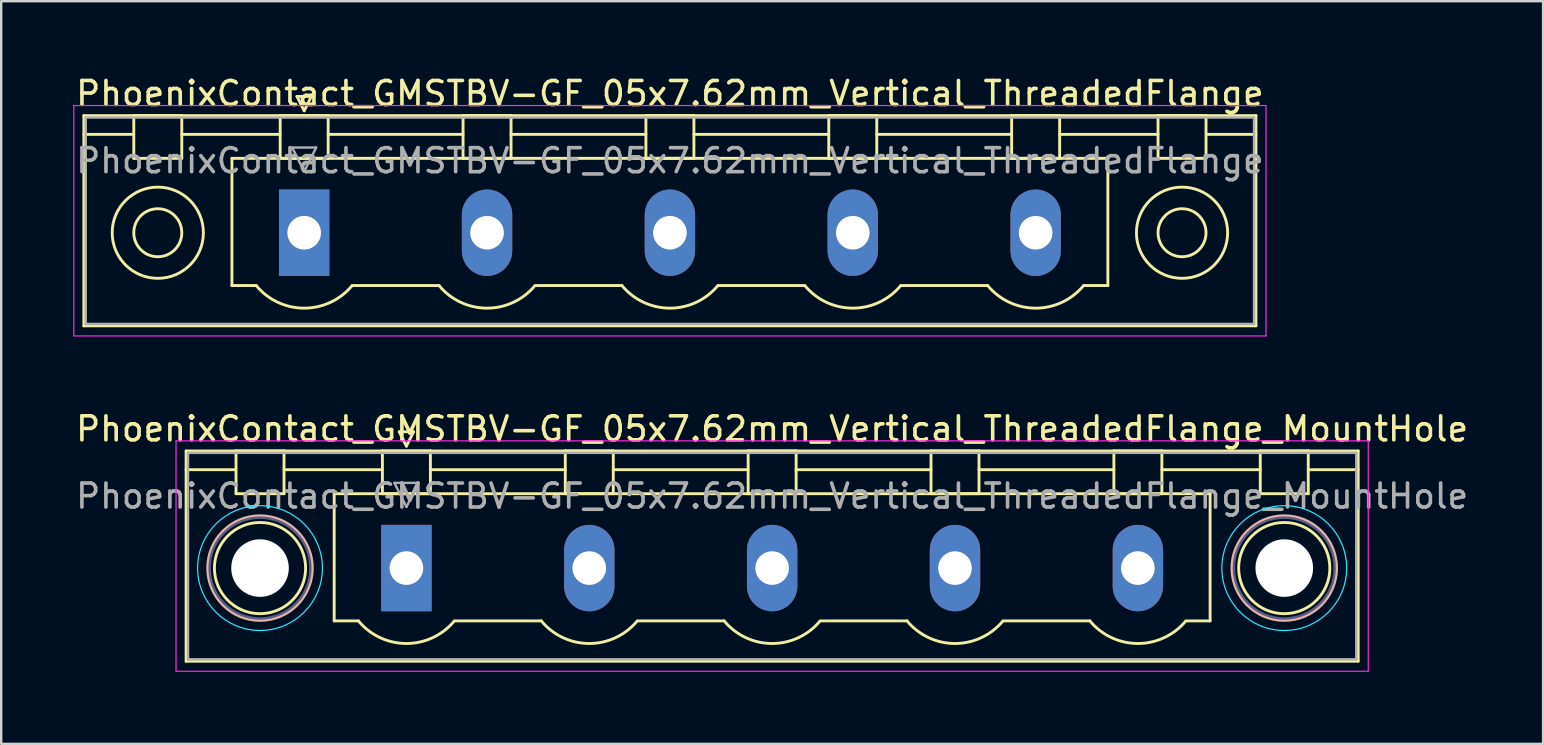
<source format=kicad_pcb>
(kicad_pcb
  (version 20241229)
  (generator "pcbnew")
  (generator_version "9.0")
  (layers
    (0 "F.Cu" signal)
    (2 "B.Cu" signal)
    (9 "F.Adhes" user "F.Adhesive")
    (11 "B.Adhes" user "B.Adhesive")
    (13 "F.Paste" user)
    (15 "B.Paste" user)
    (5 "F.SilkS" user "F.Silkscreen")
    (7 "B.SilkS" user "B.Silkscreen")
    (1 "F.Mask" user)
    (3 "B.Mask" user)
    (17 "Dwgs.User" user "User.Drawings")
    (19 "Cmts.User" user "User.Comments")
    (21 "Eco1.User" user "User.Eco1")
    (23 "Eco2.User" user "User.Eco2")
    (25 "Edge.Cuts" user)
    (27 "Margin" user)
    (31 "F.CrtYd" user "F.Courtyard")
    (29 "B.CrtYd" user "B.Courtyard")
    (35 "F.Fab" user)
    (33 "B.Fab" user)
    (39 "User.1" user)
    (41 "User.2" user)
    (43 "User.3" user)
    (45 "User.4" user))
  (footprint "PhoenixContact_GMSTBV-GF_05x7.62mm_Vertical_ThreadedFlange_MountHole"
    (layer "F.Cu")
    (at 13.885 20.622)
    (property "Reference" "PhoenixContact_GMSTBV-GF_05x7.62mm_Vertical_ThreadedFlange_MountHole" (at 15.24 -5.8 0) (layer "F.SilkS") (effects (font (size 1 1) (thickness 0.15))))
    (attr through_hole)
    (fp_line (start -9.18 -4.88) (end -9.18 3.88) (stroke (width 0.12) (type solid)) (layer "F.SilkS"))
    (fp_line (start -9.18 -4.1) (end -7.18 -4.1) (stroke (width 0.12) (type solid)) (layer "F.SilkS"))
    (fp_line (start -9.18 3.88) (end 39.66 3.88) (stroke (width 0.12) (type solid)) (layer "F.SilkS"))
    (fp_line (start -7.1 -4.88) (end -5.1 -4.88) (stroke (width 0.12) (type solid)) (layer "F.SilkS"))
    (fp_line (start -7.1 -3.1) (end -7.1 -4.88) (stroke (width 0.12) (type solid)) (layer "F.SilkS"))
    (fp_line (start -5.1 -4.88) (end -5.1 -3.1) (stroke (width 0.12) (type solid)) (layer "F.SilkS"))
    (fp_line (start -5.1 -4.1) (end -1 -4.1) (stroke (width 0.12) (type solid)) (layer "F.SilkS"))
    (fp_line (start -5.1 -3.1) (end -7.1 -3.1) (stroke (width 0.12) (type solid)) (layer "F.SilkS"))
    (fp_line (start -3.01 -3.1) (end 33.49 -3.1) (stroke (width 0.12) (type solid)) (layer "F.SilkS"))
    (fp_line (start -3.01 2.2) (end -3.01 -3.1) (stroke (width 0.12) (type solid)) (layer "F.SilkS"))
    (fp_line (start -2 2.2) (end -3.01 2.2) (stroke (width 0.12) (type solid)) (layer "F.SilkS"))
    (fp_line (start -1 -4.88) (end 1 -4.88) (stroke (width 0.12) (type solid)) (layer "F.SilkS"))
    (fp_line (start -1 -3.1) (end -1 -4.88) (stroke (width 0.12) (type solid)) (layer "F.SilkS"))
    (fp_line (start -0.3 -5.68) (end 0.3 -5.68) (stroke (width 0.12) (type solid)) (layer "F.SilkS"))
    (fp_line (start 0 -5.08) (end -0.3 -5.68) (stroke (width 0.12) (type solid)) (layer "F.SilkS"))
    (fp_line (start 0.3 -5.68) (end 0 -5.08) (stroke (width 0.12) (type solid)) (layer "F.SilkS"))
    (fp_line (start 1 -4.88) (end 1 -3.1) (stroke (width 0.12) (type solid)) (layer "F.SilkS"))
    (fp_line (start 1 -4.1) (end 6.62 -4.1) (stroke (width 0.12) (type solid)) (layer "F.SilkS"))
    (fp_line (start 1 -3.1) (end -1 -3.1) (stroke (width 0.12) (type solid)) (layer "F.SilkS"))
    (fp_line (start 2 2.2) (end 5.62 2.2) (stroke (width 0.12) (type solid)) (layer "F.SilkS"))
    (fp_line (start 6.62 -4.88) (end 8.62 -4.88) (stroke (width 0.12) (type solid)) (layer "F.SilkS"))
    (fp_line (start 6.62 -3.1) (end 6.62 -4.88) (stroke (width 0.12) (type solid)) (layer "F.SilkS"))
    (fp_line (start 8.62 -4.88) (end 8.62 -3.1) (stroke (width 0.12) (type solid)) (layer "F.SilkS"))
    (fp_line (start 8.62 -4.1) (end 14.24 -4.1) (stroke (width 0.12) (type solid)) (layer "F.SilkS"))
    (fp_line (start 8.62 -3.1) (end 6.62 -3.1) (stroke (width 0.12) (type solid)) (layer "F.SilkS"))
    (fp_line (start 9.62 2.2) (end 13.24 2.2) (stroke (width 0.12) (type solid)) (layer "F.SilkS"))
    (fp_line (start 14.24 -4.88) (end 16.24 -4.88) (stroke (width 0.12) (type solid)) (layer "F.SilkS"))
    (fp_line (start 14.24 -3.1) (end 14.24 -4.88) (stroke (width 0.12) (type solid)) (layer "F.SilkS"))
    (fp_line (start 16.24 -4.88) (end 16.24 -3.1) (stroke (width 0.12) (type solid)) (layer "F.SilkS"))
    (fp_line (start 16.24 -4.1) (end 21.86 -4.1) (stroke (width 0.12) (type solid)) (layer "F.SilkS"))
    (fp_line (start 16.24 -3.1) (end 14.24 -3.1) (stroke (width 0.12) (type solid)) (layer "F.SilkS"))
    (fp_line (start 17.24 2.2) (end 20.86 2.2) (stroke (width 0.12) (type solid)) (layer "F.SilkS"))
    (fp_line (start 21.86 -4.88) (end 23.86 -4.88) (stroke (width 0.12) (type solid)) (layer "F.SilkS"))
    (fp_line (start 21.86 -3.1) (end 21.86 -4.88) (stroke (width 0.12) (type solid)) (layer "F.SilkS"))
    (fp_line (start 23.86 -4.88) (end 23.86 -3.1) (stroke (width 0.12) (type solid)) (layer "F.SilkS"))
    (fp_line (start 23.86 -4.1) (end 29.48 -4.1) (stroke (width 0.12) (type solid)) (layer "F.SilkS"))
    (fp_line (start 23.86 -3.1) (end 21.86 -3.1) (stroke (width 0.12) (type solid)) (layer "F.SilkS"))
    (fp_line (start 24.86 2.2) (end 28.48 2.2) (stroke (width 0.12) (type solid)) (layer "F.SilkS"))
    (fp_line (start 29.48 -4.88) (end 31.48 -4.88) (stroke (width 0.12) (type solid)) (layer "F.SilkS"))
    (fp_line (start 29.48 -3.1) (end 29.48 -4.88) (stroke (width 0.12) (type solid)) (layer "F.SilkS"))
    (fp_line (start 31.48 -4.88) (end 31.48 -3.1) (stroke (width 0.12) (type solid)) (layer "F.SilkS"))
    (fp_line (start 31.48 -4.1) (end 35.58 -4.1) (stroke (width 0.12) (type solid)) (layer "F.SilkS"))
    (fp_line (start 31.48 -3.1) (end 29.48 -3.1) (stroke (width 0.12) (type solid)) (layer "F.SilkS"))
    (fp_line (start 33.49 -3.1) (end 33.49 2.2) (stroke (width 0.12) (type solid)) (layer "F.SilkS"))
    (fp_line (start 33.49 2.2) (end 32.48 2.2) (stroke (width 0.12) (type solid)) (layer "F.SilkS"))
    (fp_line (start 35.58 -4.88) (end 37.58 -4.88) (stroke (width 0.12) (type solid)) (layer "F.SilkS"))
    (fp_line (start 35.58 -3.1) (end 35.58 -4.88) (stroke (width 0.12) (type solid)) (layer "F.SilkS"))
    (fp_line (start 37.58 -4.88) (end 37.58 -3.1) (stroke (width 0.12) (type solid)) (layer "F.SilkS"))
    (fp_line (start 37.58 -3.1) (end 35.58 -3.1) (stroke (width 0.12) (type solid)) (layer "F.SilkS"))
    (fp_line (start 39.66 -4.88) (end -9.18 -4.88) (stroke (width 0.12) (type solid)) (layer "F.SilkS"))
    (fp_line (start 39.66 -4.1) (end 37.66 -4.1) (stroke (width 0.12) (type solid)) (layer "F.SilkS"))
    (fp_line (start 39.66 3.88) (end 39.66 -4.88) (stroke (width 0.12) (type solid)) (layer "F.SilkS"))
    (fp_arc (start 1.986842 2.215821) (mid -0.010289 3.142758) (end -2 2.2) (stroke (width 0.12) (type solid)) (layer "F.SilkS"))
    (fp_arc (start 9.606842 2.215821) (mid 7.609711 3.142758) (end 5.62 2.2) (stroke (width 0.12) (type solid)) (layer "F.SilkS"))
    (fp_arc (start 17.226842 2.215821) (mid 15.229711 3.142758) (end 13.24 2.2) (stroke (width 0.12) (type solid)) (layer "F.SilkS"))
    (fp_arc (start 24.846842 2.215821) (mid 22.849711 3.142758) (end 20.86 2.2) (stroke (width 0.12) (type solid)) (layer "F.SilkS"))
    (fp_arc (start 32.466842 2.215821) (mid 30.469711 3.142758) (end 28.48 2.2) (stroke (width 0.12) (type solid)) (layer "F.SilkS"))
    (fp_circle (center -6.1 0) (end -4.2 0) (stroke (width 0.12) (type solid)) (fill no) (layer "F.SilkS"))
    (fp_circle (center 36.58 0) (end 38.48 0) (stroke (width 0.12) (type solid)) (fill no) (layer "F.SilkS"))
    (fp_circle (center -6.1 0) (end -3.92 0) (stroke (width 0.12) (type solid)) (fill no) (layer "B.SilkS"))
    (fp_circle (center 36.58 0) (end 38.76 0) (stroke (width 0.12) (type solid)) (fill no) (layer "B.SilkS"))
    (fp_circle (center -6.1 0) (end -3.5 0) (stroke (width 0.05) (type solid)) (fill no) (layer "B.CrtYd"))
    (fp_circle (center 36.58 0) (end 39.18 0) (stroke (width 0.05) (type solid)) (fill no) (layer "B.CrtYd"))
    (fp_line (start -9.6 -5.3) (end -9.6 4.3) (stroke (width 0.05) (type solid)) (layer "F.CrtYd"))
    (fp_line (start -9.6 4.3) (end 40.08 4.3) (stroke (width 0.05) (type solid)) (layer "F.CrtYd"))
    (fp_line (start 40.08 -5.3) (end -9.6 -5.3) (stroke (width 0.05) (type solid)) (layer "F.CrtYd"))
    (fp_line (start 40.08 4.3) (end 40.08 -5.3) (stroke (width 0.05) (type solid)) (layer "F.CrtYd"))
    (fp_circle (center -6.1 0) (end -4 0) (stroke (width 0.1) (type solid)) (fill no) (layer "B.Fab"))
    (fp_circle (center 36.58 0) (end 38.68 0) (stroke (width 0.1) (type solid)) (fill no) (layer "B.Fab"))
    (fp_line (start -9.1 -4.8) (end -9.1 3.8) (stroke (width 0.1) (type solid)) (layer "F.Fab"))
    (fp_line (start -9.1 3.8) (end 39.58 3.8) (stroke (width 0.1) (type solid)) (layer "F.Fab"))
    (fp_line (start -0.5 -3.55) (end 0.5 -3.55) (stroke (width 0.1) (type solid)) (layer "F.Fab"))
    (fp_line (start 0 -2.55) (end -0.5 -3.55) (stroke (width 0.1) (type solid)) (layer "F.Fab"))
    (fp_line (start 0.5 -3.55) (end 0 -2.55) (stroke (width 0.1) (type solid)) (layer "F.Fab"))
    (fp_line (start 39.58 -4.8) (end -9.1 -4.8) (stroke (width 0.1) (type solid)) (layer "F.Fab"))
    (fp_line (start 39.58 3.8) (end 39.58 -4.8) (stroke (width 0.1) (type solid)) (layer "F.Fab"))
    (fp_text user "${REFERENCE}" (at 15.24 -3 0) (layer "F.Fab") (effects (font (size 1 1) (thickness 0.15))))
    (pad "" np_thru_hole circle (at -6.1 0) (size 2.4 2.4) (drill 2.4) (layers "*.Cu" "*.Mask"))
    (pad "" np_thru_hole circle (at 36.58 0) (size 2.4 2.4) (drill 2.4) (layers "*.Cu" "*.Mask"))
    (pad "1" thru_hole rect (at 0 0) (size 2.1 3.6) (drill 1.4) (layers "*.Cu" "*.Mask"))
    (pad "2" thru_hole oval (at 7.62 0) (size 2.1 3.6) (drill 1.4) (layers "*.Cu" "*.Mask"))
    (pad "3" thru_hole oval (at 15.24 0) (size 2.1 3.6) (drill 1.4) (layers "*.Cu" "*.Mask"))
    (pad "4" thru_hole oval (at 22.86 0) (size 2.1 3.6) (drill 1.4) (layers "*.Cu" "*.Mask"))
    (pad "5" thru_hole oval (at 30.48 0) (size 2.1 3.6) (drill 1.4) (layers "*.Cu" "*.Mask")))
  (footprint "PhoenixContact_GMSTBV-GF_05x7.62mm_Vertical_ThreadedFlange"
    (layer "F.Cu")
    (at 9.625 6.648)
    (property "Reference" "PhoenixContact_GMSTBV-GF_05x7.62mm_Vertical_ThreadedFlange" (at 15.24 -5.8 0) (layer "F.SilkS") (effects (font (size 1 1) (thickness 0.15))))
    (attr through_hole)
    (fp_line (start -9.18 -4.88) (end -9.18 3.88) (stroke (width 0.12) (type solid)) (layer "F.SilkS"))
    (fp_line (start -9.18 -4.1) (end -7.18 -4.1) (stroke (width 0.12) (type solid)) (layer "F.SilkS"))
    (fp_line (start -9.18 3.88) (end 39.66 3.88) (stroke (width 0.12) (type solid)) (layer "F.SilkS"))
    (fp_line (start -7.1 -4.88) (end -5.1 -4.88) (stroke (width 0.12) (type solid)) (layer "F.SilkS"))
    (fp_line (start -7.1 -3.1) (end -7.1 -4.88) (stroke (width 0.12) (type solid)) (layer "F.SilkS"))
    (fp_line (start -5.1 -4.88) (end -5.1 -3.1) (stroke (width 0.12) (type solid)) (layer "F.SilkS"))
    (fp_line (start -5.1 -4.1) (end -1 -4.1) (stroke (width 0.12) (type solid)) (layer "F.SilkS"))
    (fp_line (start -5.1 -3.1) (end -7.1 -3.1) (stroke (width 0.12) (type solid)) (layer "F.SilkS"))
    (fp_line (start -3.01 -3.1) (end 33.49 -3.1) (stroke (width 0.12) (type solid)) (layer "F.SilkS"))
    (fp_line (start -3.01 2.2) (end -3.01 -3.1) (stroke (width 0.12) (type solid)) (layer "F.SilkS"))
    (fp_line (start -2 2.2) (end -3.01 2.2) (stroke (width 0.12) (type solid)) (layer "F.SilkS"))
    (fp_line (start -1 -4.88) (end 1 -4.88) (stroke (width 0.12) (type solid)) (layer "F.SilkS"))
    (fp_line (start -1 -3.1) (end -1 -4.88) (stroke (width 0.12) (type solid)) (layer "F.SilkS"))
    (fp_line (start -0.3 -5.68) (end 0.3 -5.68) (stroke (width 0.12) (type solid)) (layer "F.SilkS"))
    (fp_line (start 0 -5.08) (end -0.3 -5.68) (stroke (width 0.12) (type solid)) (layer "F.SilkS"))
    (fp_line (start 0.3 -5.68) (end 0 -5.08) (stroke (width 0.12) (type solid)) (layer "F.SilkS"))
    (fp_line (start 1 -4.88) (end 1 -3.1) (stroke (width 0.12) (type solid)) (layer "F.SilkS"))
    (fp_line (start 1 -4.1) (end 6.62 -4.1) (stroke (width 0.12) (type solid)) (layer "F.SilkS"))
    (fp_line (start 1 -3.1) (end -1 -3.1) (stroke (width 0.12) (type solid)) (layer "F.SilkS"))
    (fp_line (start 2 2.2) (end 5.62 2.2) (stroke (width 0.12) (type solid)) (layer "F.SilkS"))
    (fp_line (start 6.62 -4.88) (end 8.62 -4.88) (stroke (width 0.12) (type solid)) (layer "F.SilkS"))
    (fp_line (start 6.62 -3.1) (end 6.62 -4.88) (stroke (width 0.12) (type solid)) (layer "F.SilkS"))
    (fp_line (start 8.62 -4.88) (end 8.62 -3.1) (stroke (width 0.12) (type solid)) (layer "F.SilkS"))
    (fp_line (start 8.62 -4.1) (end 14.24 -4.1) (stroke (width 0.12) (type solid)) (layer "F.SilkS"))
    (fp_line (start 8.62 -3.1) (end 6.62 -3.1) (stroke (width 0.12) (type solid)) (layer "F.SilkS"))
    (fp_line (start 9.62 2.2) (end 13.24 2.2) (stroke (width 0.12) (type solid)) (layer "F.SilkS"))
    (fp_line (start 14.24 -4.88) (end 16.24 -4.88) (stroke (width 0.12) (type solid)) (layer "F.SilkS"))
    (fp_line (start 14.24 -3.1) (end 14.24 -4.88) (stroke (width 0.12) (type solid)) (layer "F.SilkS"))
    (fp_line (start 16.24 -4.88) (end 16.24 -3.1) (stroke (width 0.12) (type solid)) (layer "F.SilkS"))
    (fp_line (start 16.24 -4.1) (end 21.86 -4.1) (stroke (width 0.12) (type solid)) (layer "F.SilkS"))
    (fp_line (start 16.24 -3.1) (end 14.24 -3.1) (stroke (width 0.12) (type solid)) (layer "F.SilkS"))
    (fp_line (start 17.24 2.2) (end 20.86 2.2) (stroke (width 0.12) (type solid)) (layer "F.SilkS"))
    (fp_line (start 21.86 -4.88) (end 23.86 -4.88) (stroke (width 0.12) (type solid)) (layer "F.SilkS"))
    (fp_line (start 21.86 -3.1) (end 21.86 -4.88) (stroke (width 0.12) (type solid)) (layer "F.SilkS"))
    (fp_line (start 23.86 -4.88) (end 23.86 -3.1) (stroke (width 0.12) (type solid)) (layer "F.SilkS"))
    (fp_line (start 23.86 -4.1) (end 29.48 -4.1) (stroke (width 0.12) (type solid)) (layer "F.SilkS"))
    (fp_line (start 23.86 -3.1) (end 21.86 -3.1) (stroke (width 0.12) (type solid)) (layer "F.SilkS"))
    (fp_line (start 24.86 2.2) (end 28.48 2.2) (stroke (width 0.12) (type solid)) (layer "F.SilkS"))
    (fp_line (start 29.48 -4.88) (end 31.48 -4.88) (stroke (width 0.12) (type solid)) (layer "F.SilkS"))
    (fp_line (start 29.48 -3.1) (end 29.48 -4.88) (stroke (width 0.12) (type solid)) (layer "F.SilkS"))
    (fp_line (start 31.48 -4.88) (end 31.48 -3.1) (stroke (width 0.12) (type solid)) (layer "F.SilkS"))
    (fp_line (start 31.48 -4.1) (end 35.58 -4.1) (stroke (width 0.12) (type solid)) (layer "F.SilkS"))
    (fp_line (start 31.48 -3.1) (end 29.48 -3.1) (stroke (width 0.12) (type solid)) (layer "F.SilkS"))
    (fp_line (start 33.49 -3.1) (end 33.49 2.2) (stroke (width 0.12) (type solid)) (layer "F.SilkS"))
    (fp_line (start 33.49 2.2) (end 32.48 2.2) (stroke (width 0.12) (type solid)) (layer "F.SilkS"))
    (fp_line (start 35.58 -4.88) (end 37.58 -4.88) (stroke (width 0.12) (type solid)) (layer "F.SilkS"))
    (fp_line (start 35.58 -3.1) (end 35.58 -4.88) (stroke (width 0.12) (type solid)) (layer "F.SilkS"))
    (fp_line (start 37.58 -4.88) (end 37.58 -3.1) (stroke (width 0.12) (type solid)) (layer "F.SilkS"))
    (fp_line (start 37.58 -3.1) (end 35.58 -3.1) (stroke (width 0.12) (type solid)) (layer "F.SilkS"))
    (fp_line (start 39.66 -4.88) (end -9.18 -4.88) (stroke (width 0.12) (type solid)) (layer "F.SilkS"))
    (fp_line (start 39.66 -4.1) (end 37.66 -4.1) (stroke (width 0.12) (type solid)) (layer "F.SilkS"))
    (fp_line (start 39.66 3.88) (end 39.66 -4.88) (stroke (width 0.12) (type solid)) (layer "F.SilkS"))
    (fp_arc (start 1.986842 2.215821) (mid -0.010289 3.142758) (end -2 2.2) (stroke (width 0.12) (type solid)) (layer "F.SilkS"))
    (fp_arc (start 9.606842 2.215821) (mid 7.609711 3.142758) (end 5.62 2.2) (stroke (width 0.12) (type solid)) (layer "F.SilkS"))
    (fp_arc (start 17.226842 2.215821) (mid 15.229711 3.142758) (end 13.24 2.2) (stroke (width 0.12) (type solid)) (layer "F.SilkS"))
    (fp_arc (start 24.846842 2.215821) (mid 22.849711 3.142758) (end 20.86 2.2) (stroke (width 0.12) (type solid)) (layer "F.SilkS"))
    (fp_arc (start 32.466842 2.215821) (mid 30.469711 3.142758) (end 28.48 2.2) (stroke (width 0.12) (type solid)) (layer "F.SilkS"))
    (fp_circle (center -6.1 0) (end -5.1 0) (stroke (width 0.12) (type solid)) (fill no) (layer "F.SilkS"))
    (fp_circle (center -6.1 0) (end -4.2 0) (stroke (width 0.12) (type solid)) (fill no) (layer "F.SilkS"))
    (fp_circle (center 36.58 0) (end 37.58 0) (stroke (width 0.12) (type solid)) (fill no) (layer "F.SilkS"))
    (fp_circle (center 36.58 0) (end 38.48 0) (stroke (width 0.12) (type solid)) (fill no) (layer "F.SilkS"))
    (fp_line (start -9.6 -5.3) (end -9.6 4.3) (stroke (width 0.05) (type solid)) (layer "F.CrtYd"))
    (fp_line (start -9.6 4.3) (end 40.08 4.3) (stroke (width 0.05) (type solid)) (layer "F.CrtYd"))
    (fp_line (start 40.08 -5.3) (end -9.6 -5.3) (stroke (width 0.05) (type solid)) (layer "F.CrtYd"))
    (fp_line (start 40.08 4.3) (end 40.08 -5.3) (stroke (width 0.05) (type solid)) (layer "F.CrtYd"))
    (fp_line (start -9.1 -4.8) (end -9.1 3.8) (stroke (width 0.1) (type solid)) (layer "F.Fab"))
    (fp_line (start -9.1 3.8) (end 39.58 3.8) (stroke (width 0.1) (type solid)) (layer "F.Fab"))
    (fp_line (start -0.5 -3.55) (end 0.5 -3.55) (stroke (width 0.1) (type solid)) (layer "F.Fab"))
    (fp_line (start 0 -2.55) (end -0.5 -3.55) (stroke (width 0.1) (type solid)) (layer "F.Fab"))
    (fp_line (start 0.5 -3.55) (end 0 -2.55) (stroke (width 0.1) (type solid)) (layer "F.Fab"))
    (fp_line (start 39.58 -4.8) (end -9.1 -4.8) (stroke (width 0.1) (type solid)) (layer "F.Fab"))
    (fp_line (start 39.58 3.8) (end 39.58 -4.8) (stroke (width 0.1) (type solid)) (layer "F.Fab"))
    (fp_text user "${REFERENCE}" (at 15.24 -3 0) (layer "F.Fab") (effects (font (size 1 1) (thickness 0.15))))
    (pad "1" thru_hole rect (at 0 0) (size 2.1 3.6) (drill 1.4) (layers "*.Cu" "*.Mask"))
    (pad "2" thru_hole oval (at 7.62 0) (size 2.1 3.6) (drill 1.4) (layers "*.Cu" "*.Mask"))
    (pad "3" thru_hole oval (at 15.24 0) (size 2.1 3.6) (drill 1.4) (layers "*.Cu" "*.Mask"))
    (pad "4" thru_hole oval (at 22.86 0) (size 2.1 3.6) (drill 1.4) (layers "*.Cu" "*.Mask"))
    (pad "5" thru_hole oval (at 30.48 0) (size 2.1 3.6) (drill 1.4) (layers "*.Cu" "*.Mask")))
  (gr_rect
    (start -3 -3)
    (end 61.25 27.947)
    (stroke (width 0.1) (type default))
    (fill no)
    (layer "Edge.Cuts")))
</source>
